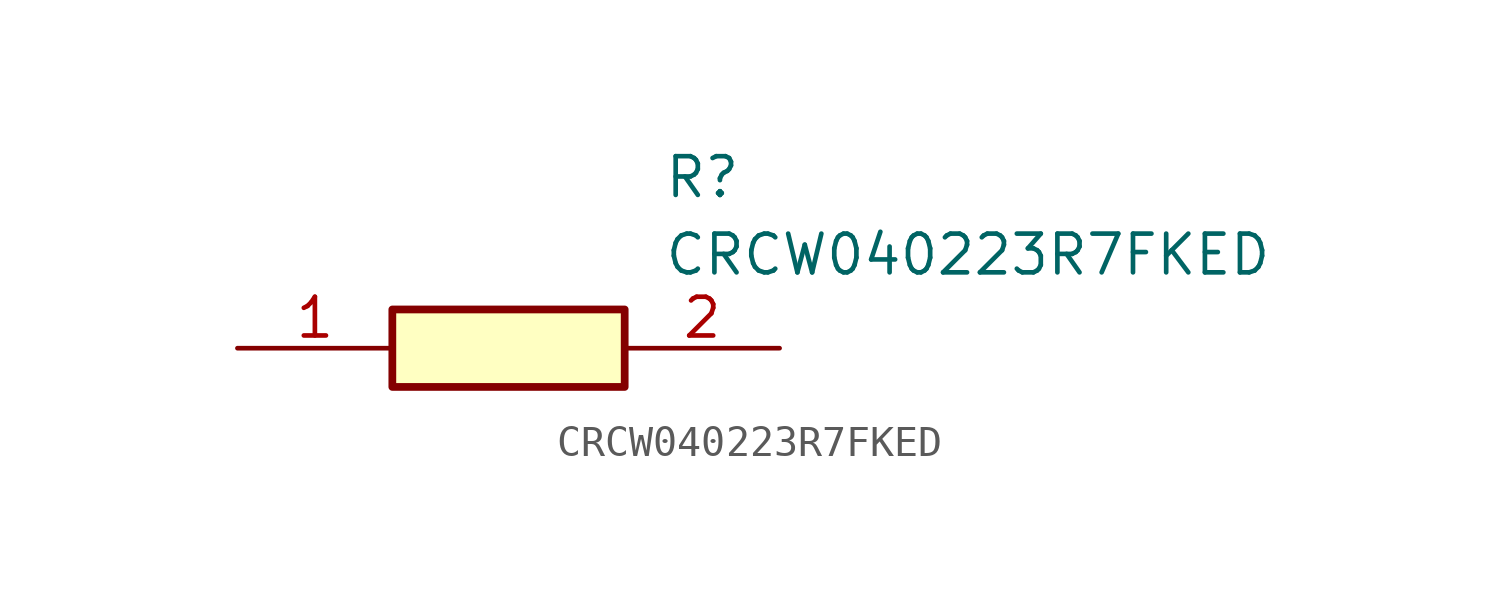
<source format=kicad_sym>
(kicad_symbol_lib
  (version 20211014)
  (generator SamacSys_ECAD_Model)
  (symbol "CRCW040223R7FKED"
    (pin_names hide)
    (property "Reference" "R"
      (at 13.97 6.35 0)
      (effects (font (size 1.27 1.27)) (justify left top)))
    (property "Value" "CRCW040223R7FKED"
      (at 13.97 3.81 0)
      (effects (font (size 1.27 1.27)) (justify left top)))
    (rectangle
      (start 5.08 1.27)
      (end 12.7 -1.27)
      (stroke (width 0.254) (type default))
      (fill (type background)))
    (pin passive line
      (at 0 0 0)
      (length 5.08)
      (name "1" (effects (font (size 1.27 1.27))))
      (number "1" (effects (font (size 1.27 1.27)))))
    (pin passive line
      (at 17.78 0 180)
      (length 5.08)
      (name "2" (effects (font (size 1.27 1.27))))
      (number "2" (effects (font (size 1.27 1.27)))))))
</source>
